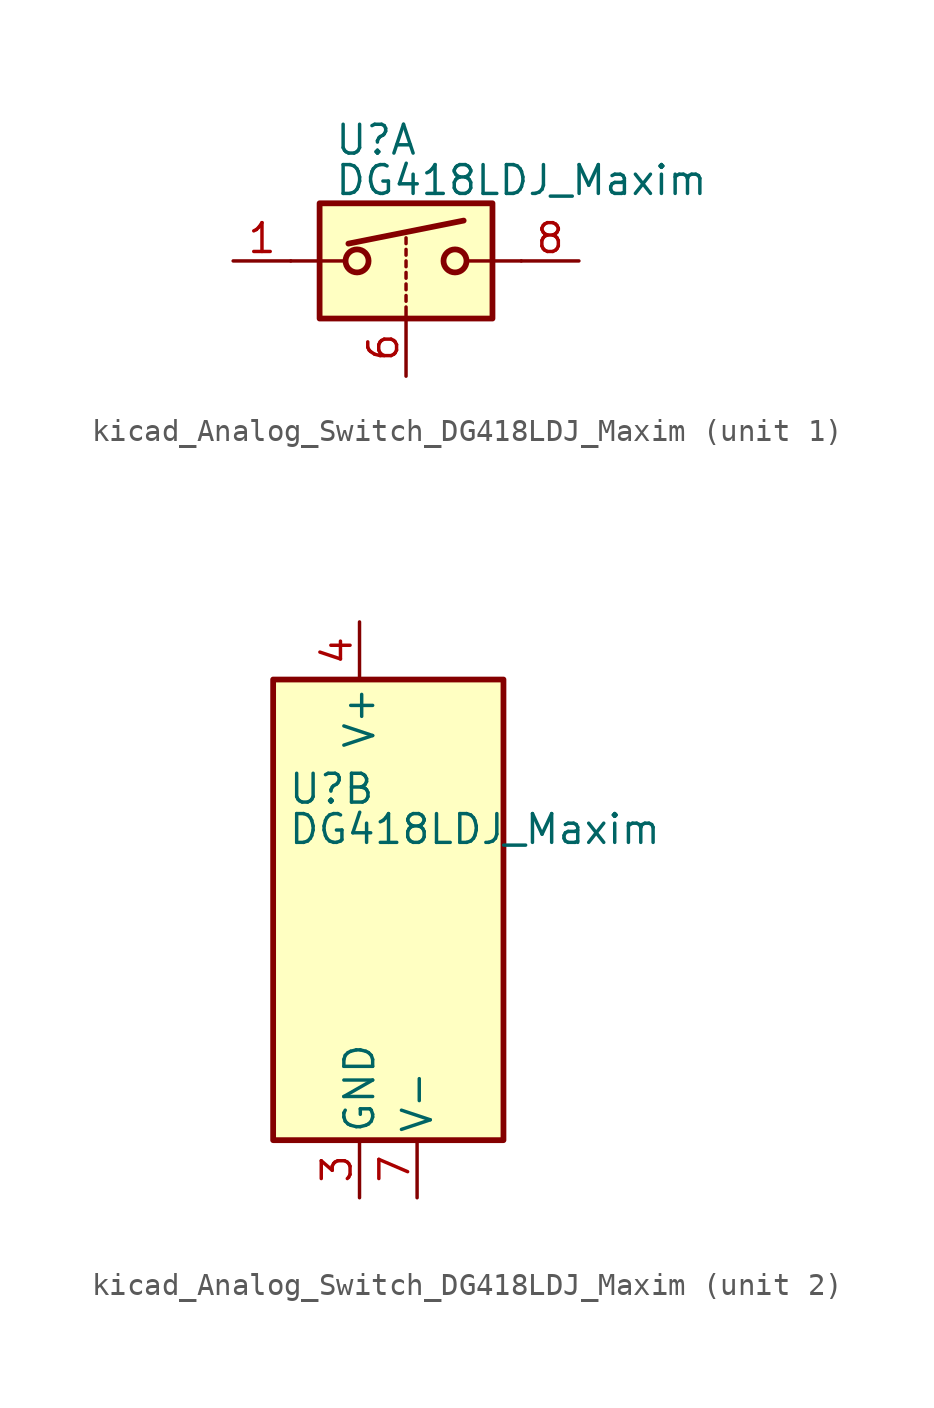
<source format=kicad_sym>
(kicad_symbol_lib
  (version 20220914)
  (generator kicad_symbol_editor)
  (symbol "kicad_Analog_Switch_DG418LDJ_Maxim"
    (pin_names
      (offset 0.254))
    (property "Reference" "U"
      (at -3.175 5.334 0)
      (effects (font (size 1.27 1.27)) (justify left)))
    (property "Value" "DG418LDJ_Maxim"
      (at -3.175 3.556 0)
      (effects (font (size 1.27 1.27)) (justify left)))
    (symbol "kicad_Analog_Switch_DG418LDJ_Maxim_1_1"
      (rectangle (start -3.81 2.54) (end 3.81 -2.54) (stroke (width 0.254) (type default)) (fill (type background)))
      (circle (center -2.159 0) (radius 0.508) (stroke (width 0.254) (type default)) (fill (type none)))
      (polyline (pts (xy -5.08 0) (xy -2.794 0)) (stroke (width 0) (type default)) (fill (type none)))
      (polyline (pts (xy -2.54 0.762) (xy 2.54 1.778)) (stroke (width 0.254) (type default)) (fill (type none)))
      (polyline (pts (xy 0 -2.54) (xy 0 -2.032)) (stroke (width 0) (type default)) (fill (type none)))
      (polyline (pts (xy 0 -1.778) (xy 0 -1.524)) (stroke (width 0) (type default)) (fill (type none)))
      (polyline (pts (xy 0 -1.27) (xy 0 -1.016)) (stroke (width 0) (type default)) (fill (type none)))
      (polyline (pts (xy 0 -0.762) (xy 0 -0.508)) (stroke (width 0) (type default)) (fill (type none)))
      (polyline (pts (xy 0 -0.254) (xy 0 0)) (stroke (width 0) (type default)) (fill (type none)))
      (polyline (pts (xy 0 0.254) (xy 0 0.508)) (stroke (width 0) (type default)) (fill (type none)))
      (polyline (pts (xy 0 0.762) (xy 0 1.016)) (stroke (width 0) (type default)) (fill (type none)))
      (polyline (pts (xy 5.08 0) (xy 2.794 0)) (stroke (width 0) (type default)) (fill (type none)))
      (circle (center 2.159 0) (radius 0.508) (stroke (width 0.254) (type default)) (fill (type none)))
      (pin passive line (at -7.62 0 0) (length 2.54) (name "~" (effects (font (size 1.27 1.27)))) (number "1" (effects (font (size 1.27 1.27)))))
      (pin input line (at 0 -5.08 90) (length 2.54) (name "~" (effects (font (size 1.27 1.27)))) (number "6" (effects (font (size 1.27 1.27)))))
      (pin passive line (at 7.62 0 180) (length 2.54) (name "~" (effects (font (size 1.27 1.27)))) (number "8" (effects (font (size 1.27 1.27))))))
    (symbol "kicad_Analog_Switch_DG418LDJ_Maxim_2_0"
      (pin no_connect line (at -2.54 10.16 270) (length 2.54) hide (name "NC" (effects (font (size 1.27 1.27)))) (number "2" (effects (font (size 1.27 1.27)))))
      (pin power_in line (at 0 -12.7 90) (length 2.54) (name "GND" (effects (font (size 1.27 1.27)))) (number "3" (effects (font (size 1.27 1.27)))))
      (pin power_in line (at 0 12.7 270) (length 2.54) (name "V+" (effects (font (size 1.27 1.27)))) (number "4" (effects (font (size 1.27 1.27)))))
      (pin no_connect line (at 2.54 10.16 270) (length 2.54) hide (name "NC" (effects (font (size 1.27 1.27)))) (number "5" (effects (font (size 1.27 1.27)))))
      (pin power_in line (at 2.54 -12.7 90) (length 2.54) (name "V-" (effects (font (size 1.27 1.27)))) (number "7" (effects (font (size 1.27 1.27))))))
    (symbol "kicad_Analog_Switch_DG418LDJ_Maxim_2_1"
      (rectangle (start -3.81 10.16) (end 6.35 -10.16) (stroke (width 0.254) (type default)) (fill (type background))))))
</source>
